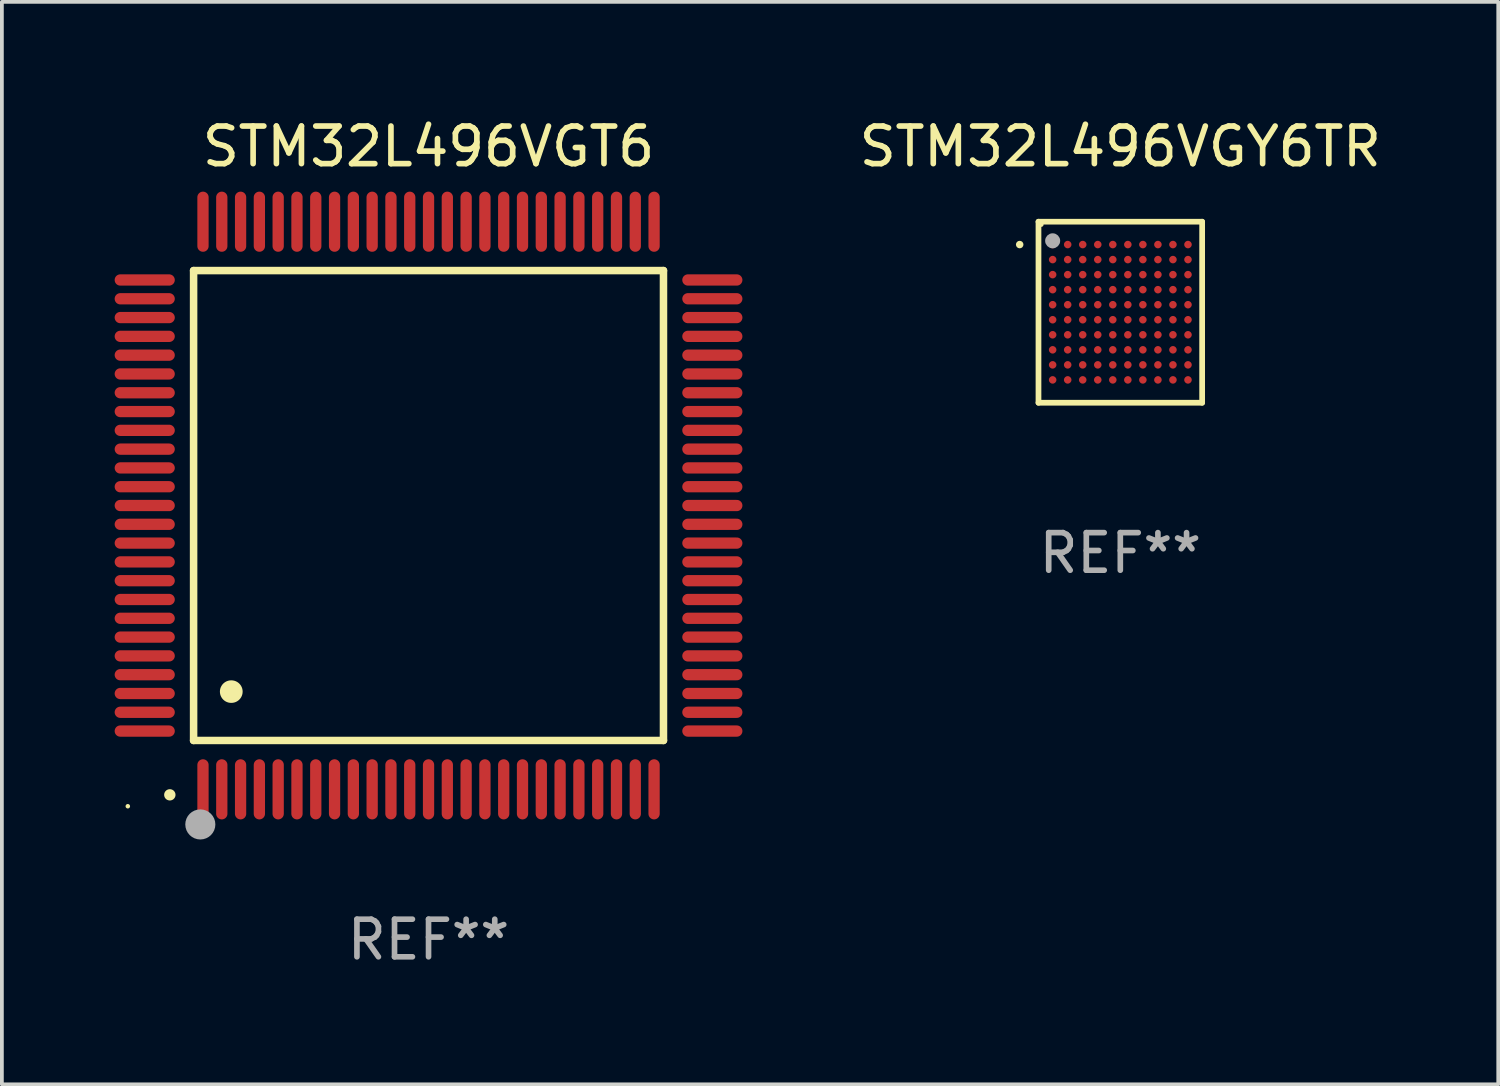
<source format=kicad_pcb>
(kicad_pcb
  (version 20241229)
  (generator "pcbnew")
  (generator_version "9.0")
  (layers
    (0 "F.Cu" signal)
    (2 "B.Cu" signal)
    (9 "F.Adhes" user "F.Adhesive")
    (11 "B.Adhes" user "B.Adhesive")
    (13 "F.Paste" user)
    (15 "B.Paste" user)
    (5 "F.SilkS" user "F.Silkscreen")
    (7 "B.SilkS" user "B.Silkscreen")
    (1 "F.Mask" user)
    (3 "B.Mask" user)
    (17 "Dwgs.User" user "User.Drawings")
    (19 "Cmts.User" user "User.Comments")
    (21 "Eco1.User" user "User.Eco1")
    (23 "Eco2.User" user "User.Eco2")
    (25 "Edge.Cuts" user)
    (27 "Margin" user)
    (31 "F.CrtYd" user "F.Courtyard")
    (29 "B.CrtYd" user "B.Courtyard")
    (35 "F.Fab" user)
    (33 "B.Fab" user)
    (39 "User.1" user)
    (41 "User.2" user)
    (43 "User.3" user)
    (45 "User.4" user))
  (footprint "STM32L496VGY6TR"
    (layer "F.Cu")
    (at 26.753 5.256)
    (property "Reference" "STM32L496VGY6TR" (at 0 -4.408 0) (layer "F.SilkS") (effects (font (size 1 1) (thickness 0.15))))
    (attr through_hole)
    (fp_line (start -2.177 -2.408) (end 2.177 -2.408) (stroke (width 0.152) (type solid)) (layer "F.SilkS"))
    (fp_line (start -2.177 2.408) (end -2.177 -2.408) (stroke (width 0.152) (type solid)) (layer "F.SilkS"))
    (fp_line (start 2.177 -2.408) (end 2.177 2.408) (stroke (width 0.152) (type solid)) (layer "F.SilkS"))
    (fp_line (start 2.177 2.408) (end -2.177 2.408) (stroke (width 0.152) (type solid)) (layer "F.SilkS"))
    (fp_circle (center -2.677 -1.8) (end -2.627 -1.8) (stroke (width 0.1) (type solid)) (fill no) (layer "F.SilkS"))
    (fp_circle (center -2.101 -2.331) (end -2.071 -2.331) (stroke (width 0.06) (type solid)) (fill no) (layer "F.SilkS"))
    (fp_circle (center -1.8 -1.9) (end -1.7 -1.9) (stroke (width 0.2) (type solid)) (fill no) (layer "F.Fab"))
    (fp_text user "REF**" (at 0 6.408 0) (layer "F.Fab") (effects (font (size 1 1) (thickness 0.15))))
    (pad "A1" smd circle (at -1.8 -1.8) (size 0.2 0.2) (layers "F.Cu" "F.Mask" "F.Paste"))
    (pad "A2" smd circle (at -1.4 -1.8) (size 0.2 0.2) (layers "F.Cu" "F.Mask" "F.Paste"))
    (pad "A3" smd circle (at -1 -1.8) (size 0.2 0.2) (layers "F.Cu" "F.Mask" "F.Paste"))
    (pad "A4" smd circle (at -0.6 -1.8) (size 0.2 0.2) (layers "F.Cu" "F.Mask" "F.Paste"))
    (pad "A5" smd circle (at -0.2 -1.8) (size 0.2 0.2) (layers "F.Cu" "F.Mask" "F.Paste"))
    (pad "A6" smd circle (at 0.2 -1.8) (size 0.2 0.2) (layers "F.Cu" "F.Mask" "F.Paste"))
    (pad "A7" smd circle (at 0.6 -1.8) (size 0.2 0.2) (layers "F.Cu" "F.Mask" "F.Paste"))
    (pad "A8" smd circle (at 1 -1.8) (size 0.2 0.2) (layers "F.Cu" "F.Mask" "F.Paste"))
    (pad "A9" smd circle (at 1.4 -1.8) (size 0.2 0.2) (layers "F.Cu" "F.Mask" "F.Paste"))
    (pad "A10" smd circle (at 1.8 -1.8) (size 0.2 0.2) (layers "F.Cu" "F.Mask" "F.Paste"))
    (pad "B1" smd circle (at -1.8 -1.4) (size 0.2 0.2) (layers "F.Cu" "F.Mask" "F.Paste"))
    (pad "B2" smd circle (at -1.4 -1.4) (size 0.2 0.2) (layers "F.Cu" "F.Mask" "F.Paste"))
    (pad "B3" smd circle (at -1 -1.4) (size 0.2 0.2) (layers "F.Cu" "F.Mask" "F.Paste"))
    (pad "B4" smd circle (at -0.6 -1.4) (size 0.2 0.2) (layers "F.Cu" "F.Mask" "F.Paste"))
    (pad "B5" smd circle (at -0.2 -1.4) (size 0.2 0.2) (layers "F.Cu" "F.Mask" "F.Paste"))
    (pad "B6" smd circle (at 0.2 -1.4) (size 0.2 0.2) (layers "F.Cu" "F.Mask" "F.Paste"))
    (pad "B7" smd circle (at 0.6 -1.4) (size 0.2 0.2) (layers "F.Cu" "F.Mask" "F.Paste"))
    (pad "B8" smd circle (at 1 -1.4) (size 0.2 0.2) (layers "F.Cu" "F.Mask" "F.Paste"))
    (pad "B9" smd circle (at 1.4 -1.4) (size 0.2 0.2) (layers "F.Cu" "F.Mask" "F.Paste"))
    (pad "B10" smd circle (at 1.8 -1.4) (size 0.2 0.2) (layers "F.Cu" "F.Mask" "F.Paste"))
    (pad "C1" smd circle (at -1.8 -1) (size 0.2 0.2) (layers "F.Cu" "F.Mask" "F.Paste"))
    (pad "C2" smd circle (at -1.4 -1) (size 0.2 0.2) (layers "F.Cu" "F.Mask" "F.Paste"))
    (pad "C3" smd circle (at -1 -1) (size 0.2 0.2) (layers "F.Cu" "F.Mask" "F.Paste"))
    (pad "C4" smd circle (at -0.6 -1) (size 0.2 0.2) (layers "F.Cu" "F.Mask" "F.Paste"))
    (pad "C5" smd circle (at -0.2 -1) (size 0.2 0.2) (layers "F.Cu" "F.Mask" "F.Paste"))
    (pad "C6" smd circle (at 0.2 -1) (size 0.2 0.2) (layers "F.Cu" "F.Mask" "F.Paste"))
    (pad "C7" smd circle (at 0.6 -1) (size 0.2 0.2) (layers "F.Cu" "F.Mask" "F.Paste"))
    (pad "C8" smd circle (at 1 -1) (size 0.2 0.2) (layers "F.Cu" "F.Mask" "F.Paste"))
    (pad "C9" smd circle (at 1.4 -1) (size 0.2 0.2) (layers "F.Cu" "F.Mask" "F.Paste"))
    (pad "C10" smd circle (at 1.8 -1) (size 0.2 0.2) (layers "F.Cu" "F.Mask" "F.Paste"))
    (pad "D1" smd circle (at -1.8 -0.6) (size 0.2 0.2) (layers "F.Cu" "F.Mask" "F.Paste"))
    (pad "D2" smd circle (at -1.4 -0.6) (size 0.2 0.2) (layers "F.Cu" "F.Mask" "F.Paste"))
    (pad "D3" smd circle (at -1 -0.6) (size 0.2 0.2) (layers "F.Cu" "F.Mask" "F.Paste"))
    (pad "D4" smd circle (at -0.6 -0.6) (size 0.2 0.2) (layers "F.Cu" "F.Mask" "F.Paste"))
    (pad "D5" smd circle (at -0.2 -0.6) (size 0.2 0.2) (layers "F.Cu" "F.Mask" "F.Paste"))
    (pad "D6" smd circle (at 0.2 -0.6) (size 0.2 0.2) (layers "F.Cu" "F.Mask" "F.Paste"))
    (pad "D7" smd circle (at 0.6 -0.6) (size 0.2 0.2) (layers "F.Cu" "F.Mask" "F.Paste"))
    (pad "D8" smd circle (at 1 -0.6) (size 0.2 0.2) (layers "F.Cu" "F.Mask" "F.Paste"))
    (pad "D9" smd circle (at 1.4 -0.6) (size 0.2 0.2) (layers "F.Cu" "F.Mask" "F.Paste"))
    (pad "D10" smd circle (at 1.8 -0.6) (size 0.2 0.2) (layers "F.Cu" "F.Mask" "F.Paste"))
    (pad "E1" smd circle (at -1.8 -0.2) (size 0.2 0.2) (layers "F.Cu" "F.Mask" "F.Paste"))
    (pad "E2" smd circle (at -1.4 -0.2) (size 0.2 0.2) (layers "F.Cu" "F.Mask" "F.Paste"))
    (pad "E3" smd circle (at -1 -0.2) (size 0.2 0.2) (layers "F.Cu" "F.Mask" "F.Paste"))
    (pad "E4" smd circle (at -0.6 -0.2) (size 0.2 0.2) (layers "F.Cu" "F.Mask" "F.Paste"))
    (pad "E5" smd circle (at -0.2 -0.2) (size 0.2 0.2) (layers "F.Cu" "F.Mask" "F.Paste"))
    (pad "E6" smd circle (at 0.2 -0.2) (size 0.2 0.2) (layers "F.Cu" "F.Mask" "F.Paste"))
    (pad "E7" smd circle (at 0.6 -0.2) (size 0.2 0.2) (layers "F.Cu" "F.Mask" "F.Paste"))
    (pad "E8" smd circle (at 1 -0.2) (size 0.2 0.2) (layers "F.Cu" "F.Mask" "F.Paste"))
    (pad "E9" smd circle (at 1.4 -0.2) (size 0.2 0.2) (layers "F.Cu" "F.Mask" "F.Paste"))
    (pad "E10" smd circle (at 1.8 -0.2) (size 0.2 0.2) (layers "F.Cu" "F.Mask" "F.Paste"))
    (pad "F1" smd circle (at -1.8 0.2) (size 0.2 0.2) (layers "F.Cu" "F.Mask" "F.Paste"))
    (pad "F2" smd circle (at -1.4 0.2) (size 0.2 0.2) (layers "F.Cu" "F.Mask" "F.Paste"))
    (pad "F3" smd circle (at -1 0.2) (size 0.2 0.2) (layers "F.Cu" "F.Mask" "F.Paste"))
    (pad "F4" smd circle (at -0.6 0.2) (size 0.2 0.2) (layers "F.Cu" "F.Mask" "F.Paste"))
    (pad "F5" smd circle (at -0.2 0.2) (size 0.2 0.2) (layers "F.Cu" "F.Mask" "F.Paste"))
    (pad "F6" smd circle (at 0.2 0.2) (size 0.2 0.2) (layers "F.Cu" "F.Mask" "F.Paste"))
    (pad "F7" smd circle (at 0.6 0.2) (size 0.2 0.2) (layers "F.Cu" "F.Mask" "F.Paste"))
    (pad "F8" smd circle (at 1 0.2) (size 0.2 0.2) (layers "F.Cu" "F.Mask" "F.Paste"))
    (pad "F9" smd circle (at 1.4 0.2) (size 0.2 0.2) (layers "F.Cu" "F.Mask" "F.Paste"))
    (pad "F10" smd circle (at 1.8 0.2) (size 0.2 0.2) (layers "F.Cu" "F.Mask" "F.Paste"))
    (pad "G1" smd circle (at -1.8 0.6) (size 0.2 0.2) (layers "F.Cu" "F.Mask" "F.Paste"))
    (pad "G2" smd circle (at -1.4 0.6) (size 0.2 0.2) (layers "F.Cu" "F.Mask" "F.Paste"))
    (pad "G3" smd circle (at -1 0.6) (size 0.2 0.2) (layers "F.Cu" "F.Mask" "F.Paste"))
    (pad "G4" smd circle (at -0.6 0.6) (size 0.2 0.2) (layers "F.Cu" "F.Mask" "F.Paste"))
    (pad "G5" smd circle (at -0.2 0.6) (size 0.2 0.2) (layers "F.Cu" "F.Mask" "F.Paste"))
    (pad "G6" smd circle (at 0.2 0.6) (size 0.2 0.2) (layers "F.Cu" "F.Mask" "F.Paste"))
    (pad "G7" smd circle (at 0.6 0.6) (size 0.2 0.2) (layers "F.Cu" "F.Mask" "F.Paste"))
    (pad "G8" smd circle (at 1 0.6) (size 0.2 0.2) (layers "F.Cu" "F.Mask" "F.Paste"))
    (pad "G9" smd circle (at 1.4 0.6) (size 0.2 0.2) (layers "F.Cu" "F.Mask" "F.Paste"))
    (pad "G10" smd circle (at 1.8 0.6) (size 0.2 0.2) (layers "F.Cu" "F.Mask" "F.Paste"))
    (pad "H1" smd circle (at -1.8 1) (size 0.2 0.2) (layers "F.Cu" "F.Mask" "F.Paste"))
    (pad "H2" smd circle (at -1.4 1) (size 0.2 0.2) (layers "F.Cu" "F.Mask" "F.Paste"))
    (pad "H3" smd circle (at -1 1) (size 0.2 0.2) (layers "F.Cu" "F.Mask" "F.Paste"))
    (pad "H4" smd circle (at -0.6 1) (size 0.2 0.2) (layers "F.Cu" "F.Mask" "F.Paste"))
    (pad "H5" smd circle (at -0.2 1) (size 0.2 0.2) (layers "F.Cu" "F.Mask" "F.Paste"))
    (pad "H6" smd circle (at 0.2 1) (size 0.2 0.2) (layers "F.Cu" "F.Mask" "F.Paste"))
    (pad "H7" smd circle (at 0.6 1) (size 0.2 0.2) (layers "F.Cu" "F.Mask" "F.Paste"))
    (pad "H8" smd circle (at 1 1) (size 0.2 0.2) (layers "F.Cu" "F.Mask" "F.Paste"))
    (pad "H9" smd circle (at 1.4 1) (size 0.2 0.2) (layers "F.Cu" "F.Mask" "F.Paste"))
    (pad "H10" smd circle (at 1.8 1) (size 0.2 0.2) (layers "F.Cu" "F.Mask" "F.Paste"))
    (pad "J1" smd circle (at -1.8 1.4) (size 0.2 0.2) (layers "F.Cu" "F.Mask" "F.Paste"))
    (pad "J2" smd circle (at -1.4 1.4) (size 0.2 0.2) (layers "F.Cu" "F.Mask" "F.Paste"))
    (pad "J3" smd circle (at -1 1.4) (size 0.2 0.2) (layers "F.Cu" "F.Mask" "F.Paste"))
    (pad "J4" smd circle (at -0.6 1.4) (size 0.2 0.2) (layers "F.Cu" "F.Mask" "F.Paste"))
    (pad "J5" smd circle (at -0.2 1.4) (size 0.2 0.2) (layers "F.Cu" "F.Mask" "F.Paste"))
    (pad "J6" smd circle (at 0.2 1.4) (size 0.2 0.2) (layers "F.Cu" "F.Mask" "F.Paste"))
    (pad "J7" smd circle (at 0.6 1.4) (size 0.2 0.2) (layers "F.Cu" "F.Mask" "F.Paste"))
    (pad "J8" smd circle (at 1 1.4) (size 0.2 0.2) (layers "F.Cu" "F.Mask" "F.Paste"))
    (pad "J9" smd circle (at 1.4 1.4) (size 0.2 0.2) (layers "F.Cu" "F.Mask" "F.Paste"))
    (pad "J10" smd circle (at 1.8 1.4) (size 0.2 0.2) (layers "F.Cu" "F.Mask" "F.Paste"))
    (pad "K1" smd circle (at -1.8 1.8) (size 0.2 0.2) (layers "F.Cu" "F.Mask" "F.Paste"))
    (pad "K2" smd circle (at -1.4 1.8) (size 0.2 0.2) (layers "F.Cu" "F.Mask" "F.Paste"))
    (pad "K3" smd circle (at -1 1.8) (size 0.2 0.2) (layers "F.Cu" "F.Mask" "F.Paste"))
    (pad "K4" smd circle (at -0.6 1.8) (size 0.2 0.2) (layers "F.Cu" "F.Mask" "F.Paste"))
    (pad "K5" smd circle (at -0.2 1.8) (size 0.2 0.2) (layers "F.Cu" "F.Mask" "F.Paste"))
    (pad "K6" smd circle (at 0.2 1.8) (size 0.2 0.2) (layers "F.Cu" "F.Mask" "F.Paste"))
    (pad "K7" smd circle (at 0.6 1.8) (size 0.2 0.2) (layers "F.Cu" "F.Mask" "F.Paste"))
    (pad "K8" smd circle (at 1 1.8) (size 0.2 0.2) (layers "F.Cu" "F.Mask" "F.Paste"))
    (pad "K9" smd circle (at 1.4 1.8) (size 0.2 0.2) (layers "F.Cu" "F.Mask" "F.Paste"))
    (pad "K10" smd circle (at 1.8 1.8) (size 0.2 0.2) (layers "F.Cu" "F.Mask" "F.Paste")))
  (footprint "STM32L496VGT6"
    (layer "F.Cu")
    (at 8.35 10.398)
    (property "Reference" "STM32L496VGT6" (at 0 -9.55 0) (layer "F.SilkS") (effects (font (size 1 1) (thickness 0.15))))
    (attr through_hole)
    (fp_line (start -6.25 -6.25) (end -6.25 6.25) (stroke (width 0.2) (type solid)) (layer "F.SilkS"))
    (fp_line (start -6.25 6.25) (end 6.25 6.25) (stroke (width 0.2) (type solid)) (layer "F.SilkS"))
    (fp_line (start 6.25 -6.25) (end -6.25 -6.25) (stroke (width 0.2) (type solid)) (layer "F.SilkS"))
    (fp_line (start 6.25 6.25) (end 6.25 -6.25) (stroke (width 0.2) (type solid)) (layer "F.SilkS"))
    (fp_arc (start -6.883414 7.696215) (mid -6.882144 7.69621) (end -6.880874 7.696215) (stroke (width 0.3) (type solid)) (layer "F.SilkS"))
    (fp_arc (start -5.250191 4.95047) (mid -5.247651 4.950459) (end -5.245111 4.95047) (stroke (width 0.6) (type solid)) (layer "F.SilkS"))
    (fp_circle (center -8 8) (end -7.97 8) (stroke (width 0.06) (type solid)) (fill no) (layer "F.SilkS"))
    (fp_circle (center -6.071 8.484) (end -5.871 8.484) (stroke (width 0.4) (type solid)) (fill no) (layer "F.Fab"))
    (fp_text user "REF**" (at 0 11.55 0) (layer "F.Fab") (effects (font (size 1 1) (thickness 0.15))))
    (pad "1" smd oval (at -6 7.55) (size 0.3 1.6) (layers "F.Cu" "F.Mask" "F.Paste"))
    (pad "2" smd oval (at -5.5 7.55) (size 0.3 1.6) (layers "F.Cu" "F.Mask" "F.Paste"))
    (pad "3" smd oval (at -5 7.55) (size 0.3 1.6) (layers "F.Cu" "F.Mask" "F.Paste"))
    (pad "4" smd oval (at -4.5 7.55) (size 0.3 1.6) (layers "F.Cu" "F.Mask" "F.Paste"))
    (pad "5" smd oval (at -4 7.55) (size 0.3 1.6) (layers "F.Cu" "F.Mask" "F.Paste"))
    (pad "6" smd oval (at -3.5 7.55) (size 0.3 1.6) (layers "F.Cu" "F.Mask" "F.Paste"))
    (pad "7" smd oval (at -3 7.55) (size 0.3 1.6) (layers "F.Cu" "F.Mask" "F.Paste"))
    (pad "8" smd oval (at -2.5 7.55) (size 0.3 1.6) (layers "F.Cu" "F.Mask" "F.Paste"))
    (pad "9" smd oval (at -2 7.55) (size 0.3 1.6) (layers "F.Cu" "F.Mask" "F.Paste"))
    (pad "10" smd oval (at -1.5 7.55) (size 0.3 1.6) (layers "F.Cu" "F.Mask" "F.Paste"))
    (pad "11" smd oval (at -1 7.55) (size 0.3 1.6) (layers "F.Cu" "F.Mask" "F.Paste"))
    (pad "12" smd oval (at -0.5 7.55) (size 0.3 1.6) (layers "F.Cu" "F.Mask" "F.Paste"))
    (pad "13" smd oval (at 0 7.55) (size 0.3 1.6) (layers "F.Cu" "F.Mask" "F.Paste"))
    (pad "14" smd oval (at 0.5 7.55) (size 0.3 1.6) (layers "F.Cu" "F.Mask" "F.Paste"))
    (pad "15" smd oval (at 1 7.55) (size 0.3 1.6) (layers "F.Cu" "F.Mask" "F.Paste"))
    (pad "16" smd oval (at 1.5 7.55) (size 0.3 1.6) (layers "F.Cu" "F.Mask" "F.Paste"))
    (pad "17" smd oval (at 2 7.55) (size 0.3 1.6) (layers "F.Cu" "F.Mask" "F.Paste"))
    (pad "18" smd oval (at 2.5 7.55) (size 0.3 1.6) (layers "F.Cu" "F.Mask" "F.Paste"))
    (pad "19" smd oval (at 3 7.55) (size 0.3 1.6) (layers "F.Cu" "F.Mask" "F.Paste"))
    (pad "20" smd oval (at 3.5 7.55) (size 0.3 1.6) (layers "F.Cu" "F.Mask" "F.Paste"))
    (pad "21" smd oval (at 4 7.55) (size 0.3 1.6) (layers "F.Cu" "F.Mask" "F.Paste"))
    (pad "22" smd oval (at 4.5 7.55) (size 0.3 1.6) (layers "F.Cu" "F.Mask" "F.Paste"))
    (pad "23" smd oval (at 5 7.55) (size 0.3 1.6) (layers "F.Cu" "F.Mask" "F.Paste"))
    (pad "24" smd oval (at 5.5 7.55) (size 0.3 1.6) (layers "F.Cu" "F.Mask" "F.Paste"))
    (pad "25" smd oval (at 6 7.55) (size 0.3 1.6) (layers "F.Cu" "F.Mask" "F.Paste"))
    (pad "26" smd oval (at 7.55 6) (size 1.6 0.3) (layers "F.Cu" "F.Mask" "F.Paste"))
    (pad "27" smd oval (at 7.55 5.5) (size 1.6 0.3) (layers "F.Cu" "F.Mask" "F.Paste"))
    (pad "28" smd oval (at 7.55 5) (size 1.6 0.3) (layers "F.Cu" "F.Mask" "F.Paste"))
    (pad "29" smd oval (at 7.55 4.5) (size 1.6 0.3) (layers "F.Cu" "F.Mask" "F.Paste"))
    (pad "30" smd oval (at 7.55 4) (size 1.6 0.3) (layers "F.Cu" "F.Mask" "F.Paste"))
    (pad "31" smd oval (at 7.55 3.5) (size 1.6 0.3) (layers "F.Cu" "F.Mask" "F.Paste"))
    (pad "32" smd oval (at 7.55 3) (size 1.6 0.3) (layers "F.Cu" "F.Mask" "F.Paste"))
    (pad "33" smd oval (at 7.55 2.5) (size 1.6 0.3) (layers "F.Cu" "F.Mask" "F.Paste"))
    (pad "34" smd oval (at 7.55 2) (size 1.6 0.3) (layers "F.Cu" "F.Mask" "F.Paste"))
    (pad "35" smd oval (at 7.55 1.5) (size 1.6 0.3) (layers "F.Cu" "F.Mask" "F.Paste"))
    (pad "36" smd oval (at 7.55 1) (size 1.6 0.3) (layers "F.Cu" "F.Mask" "F.Paste"))
    (pad "37" smd oval (at 7.55 0.5) (size 1.6 0.3) (layers "F.Cu" "F.Mask" "F.Paste"))
    (pad "38" smd oval (at 7.55 0) (size 1.6 0.3) (layers "F.Cu" "F.Mask" "F.Paste"))
    (pad "39" smd oval (at 7.55 -0.5) (size 1.6 0.3) (layers "F.Cu" "F.Mask" "F.Paste"))
    (pad "40" smd oval (at 7.55 -1) (size 1.6 0.3) (layers "F.Cu" "F.Mask" "F.Paste"))
    (pad "41" smd oval (at 7.55 -1.5) (size 1.6 0.3) (layers "F.Cu" "F.Mask" "F.Paste"))
    (pad "42" smd oval (at 7.55 -2) (size 1.6 0.3) (layers "F.Cu" "F.Mask" "F.Paste"))
    (pad "43" smd oval (at 7.55 -2.5) (size 1.6 0.3) (layers "F.Cu" "F.Mask" "F.Paste"))
    (pad "44" smd oval (at 7.55 -3) (size 1.6 0.3) (layers "F.Cu" "F.Mask" "F.Paste"))
    (pad "45" smd oval (at 7.55 -3.5) (size 1.6 0.3) (layers "F.Cu" "F.Mask" "F.Paste"))
    (pad "46" smd oval (at 7.55 -4) (size 1.6 0.3) (layers "F.Cu" "F.Mask" "F.Paste"))
    (pad "47" smd oval (at 7.55 -4.5) (size 1.6 0.3) (layers "F.Cu" "F.Mask" "F.Paste"))
    (pad "48" smd oval (at 7.55 -5) (size 1.6 0.3) (layers "F.Cu" "F.Mask" "F.Paste"))
    (pad "49" smd oval (at 7.55 -5.5) (size 1.6 0.3) (layers "F.Cu" "F.Mask" "F.Paste"))
    (pad "50" smd oval (at 7.55 -6) (size 1.6 0.3) (layers "F.Cu" "F.Mask" "F.Paste"))
    (pad "51" smd oval (at 6 -7.55) (size 0.3 1.6) (layers "F.Cu" "F.Mask" "F.Paste"))
    (pad "52" smd oval (at 5.5 -7.55) (size 0.3 1.6) (layers "F.Cu" "F.Mask" "F.Paste"))
    (pad "53" smd oval (at 5 -7.55) (size 0.3 1.6) (layers "F.Cu" "F.Mask" "F.Paste"))
    (pad "54" smd oval (at 4.5 -7.55) (size 0.3 1.6) (layers "F.Cu" "F.Mask" "F.Paste"))
    (pad "55" smd oval (at 4 -7.55) (size 0.3 1.6) (layers "F.Cu" "F.Mask" "F.Paste"))
    (pad "56" smd oval (at 3.5 -7.55) (size 0.3 1.6) (layers "F.Cu" "F.Mask" "F.Paste"))
    (pad "57" smd oval (at 3 -7.55) (size 0.3 1.6) (layers "F.Cu" "F.Mask" "F.Paste"))
    (pad "58" smd oval (at 2.5 -7.55) (size 0.3 1.6) (layers "F.Cu" "F.Mask" "F.Paste"))
    (pad "59" smd oval (at 2 -7.55) (size 0.3 1.6) (layers "F.Cu" "F.Mask" "F.Paste"))
    (pad "60" smd oval (at 1.5 -7.55) (size 0.3 1.6) (layers "F.Cu" "F.Mask" "F.Paste"))
    (pad "61" smd oval (at 1 -7.55) (size 0.3 1.6) (layers "F.Cu" "F.Mask" "F.Paste"))
    (pad "62" smd oval (at 0.5 -7.55) (size 0.3 1.6) (layers "F.Cu" "F.Mask" "F.Paste"))
    (pad "63" smd oval (at 0 -7.55) (size 0.3 1.6) (layers "F.Cu" "F.Mask" "F.Paste"))
    (pad "64" smd oval (at -0.5 -7.55) (size 0.3 1.6) (layers "F.Cu" "F.Mask" "F.Paste"))
    (pad "65" smd oval (at -1 -7.55) (size 0.3 1.6) (layers "F.Cu" "F.Mask" "F.Paste"))
    (pad "66" smd oval (at -1.5 -7.55) (size 0.3 1.6) (layers "F.Cu" "F.Mask" "F.Paste"))
    (pad "67" smd oval (at -2 -7.55) (size 0.3 1.6) (layers "F.Cu" "F.Mask" "F.Paste"))
    (pad "68" smd oval (at -2.5 -7.55) (size 0.3 1.6) (layers "F.Cu" "F.Mask" "F.Paste"))
    (pad "69" smd oval (at -3 -7.55) (size 0.3 1.6) (layers "F.Cu" "F.Mask" "F.Paste"))
    (pad "70" smd oval (at -3.5 -7.55) (size 0.3 1.6) (layers "F.Cu" "F.Mask" "F.Paste"))
    (pad "71" smd oval (at -4 -7.55) (size 0.3 1.6) (layers "F.Cu" "F.Mask" "F.Paste"))
    (pad "72" smd oval (at -4.5 -7.55) (size 0.3 1.6) (layers "F.Cu" "F.Mask" "F.Paste"))
    (pad "73" smd oval (at -5 -7.55) (size 0.3 1.6) (layers "F.Cu" "F.Mask" "F.Paste"))
    (pad "74" smd oval (at -5.5 -7.55) (size 0.3 1.6) (layers "F.Cu" "F.Mask" "F.Paste"))
    (pad "75" smd oval (at -6 -7.55) (size 0.3 1.6) (layers "F.Cu" "F.Mask" "F.Paste"))
    (pad "76" smd oval (at -7.55 -6) (size 1.6 0.3) (layers "F.Cu" "F.Mask" "F.Paste"))
    (pad "77" smd oval (at -7.55 -5.5) (size 1.6 0.3) (layers "F.Cu" "F.Mask" "F.Paste"))
    (pad "78" smd oval (at -7.55 -5) (size 1.6 0.3) (layers "F.Cu" "F.Mask" "F.Paste"))
    (pad "79" smd oval (at -7.55 -4.5) (size 1.6 0.3) (layers "F.Cu" "F.Mask" "F.Paste"))
    (pad "80" smd oval (at -7.55 -4) (size 1.6 0.3) (layers "F.Cu" "F.Mask" "F.Paste"))
    (pad "81" smd oval (at -7.55 -3.5) (size 1.6 0.3) (layers "F.Cu" "F.Mask" "F.Paste"))
    (pad "82" smd oval (at -7.55 -3) (size 1.6 0.3) (layers "F.Cu" "F.Mask" "F.Paste"))
    (pad "83" smd oval (at -7.55 -2.5) (size 1.6 0.3) (layers "F.Cu" "F.Mask" "F.Paste"))
    (pad "84" smd oval (at -7.55 -2) (size 1.6 0.3) (layers "F.Cu" "F.Mask" "F.Paste"))
    (pad "85" smd oval (at -7.55 -1.5) (size 1.6 0.3) (layers "F.Cu" "F.Mask" "F.Paste"))
    (pad "86" smd oval (at -7.55 -1) (size 1.6 0.3) (layers "F.Cu" "F.Mask" "F.Paste"))
    (pad "87" smd oval (at -7.55 -0.5) (size 1.6 0.3) (layers "F.Cu" "F.Mask" "F.Paste"))
    (pad "88" smd oval (at -7.55 0) (size 1.6 0.3) (layers "F.Cu" "F.Mask" "F.Paste"))
    (pad "89" smd oval (at -7.55 0.5) (size 1.6 0.3) (layers "F.Cu" "F.Mask" "F.Paste"))
    (pad "90" smd oval (at -7.55 1) (size 1.6 0.3) (layers "F.Cu" "F.Mask" "F.Paste"))
    (pad "91" smd oval (at -7.55 1.5) (size 1.6 0.3) (layers "F.Cu" "F.Mask" "F.Paste"))
    (pad "92" smd oval (at -7.55 2) (size 1.6 0.3) (layers "F.Cu" "F.Mask" "F.Paste"))
    (pad "93" smd oval (at -7.55 2.5) (size 1.6 0.3) (layers "F.Cu" "F.Mask" "F.Paste"))
    (pad "94" smd oval (at -7.55 3) (size 1.6 0.3) (layers "F.Cu" "F.Mask" "F.Paste"))
    (pad "95" smd oval (at -7.55 3.5) (size 1.6 0.3) (layers "F.Cu" "F.Mask" "F.Paste"))
    (pad "96" smd oval (at -7.55 4) (size 1.6 0.3) (layers "F.Cu" "F.Mask" "F.Paste"))
    (pad "97" smd oval (at -7.55 4.5) (size 1.6 0.3) (layers "F.Cu" "F.Mask" "F.Paste"))
    (pad "98" smd oval (at -7.55 5) (size 1.6 0.3) (layers "F.Cu" "F.Mask" "F.Paste"))
    (pad "99" smd oval (at -7.55 5.5) (size 1.6 0.3) (layers "F.Cu" "F.Mask" "F.Paste"))
    (pad "100" smd oval (at -7.55 6) (size 1.6 0.3) (layers "F.Cu" "F.Mask" "F.Paste")))
  (gr_rect
    (start -3 -3)
    (end 36.807 25.796)
    (stroke (width 0.1) (type default))
    (fill no)
    (layer "Edge.Cuts")))
</source>
